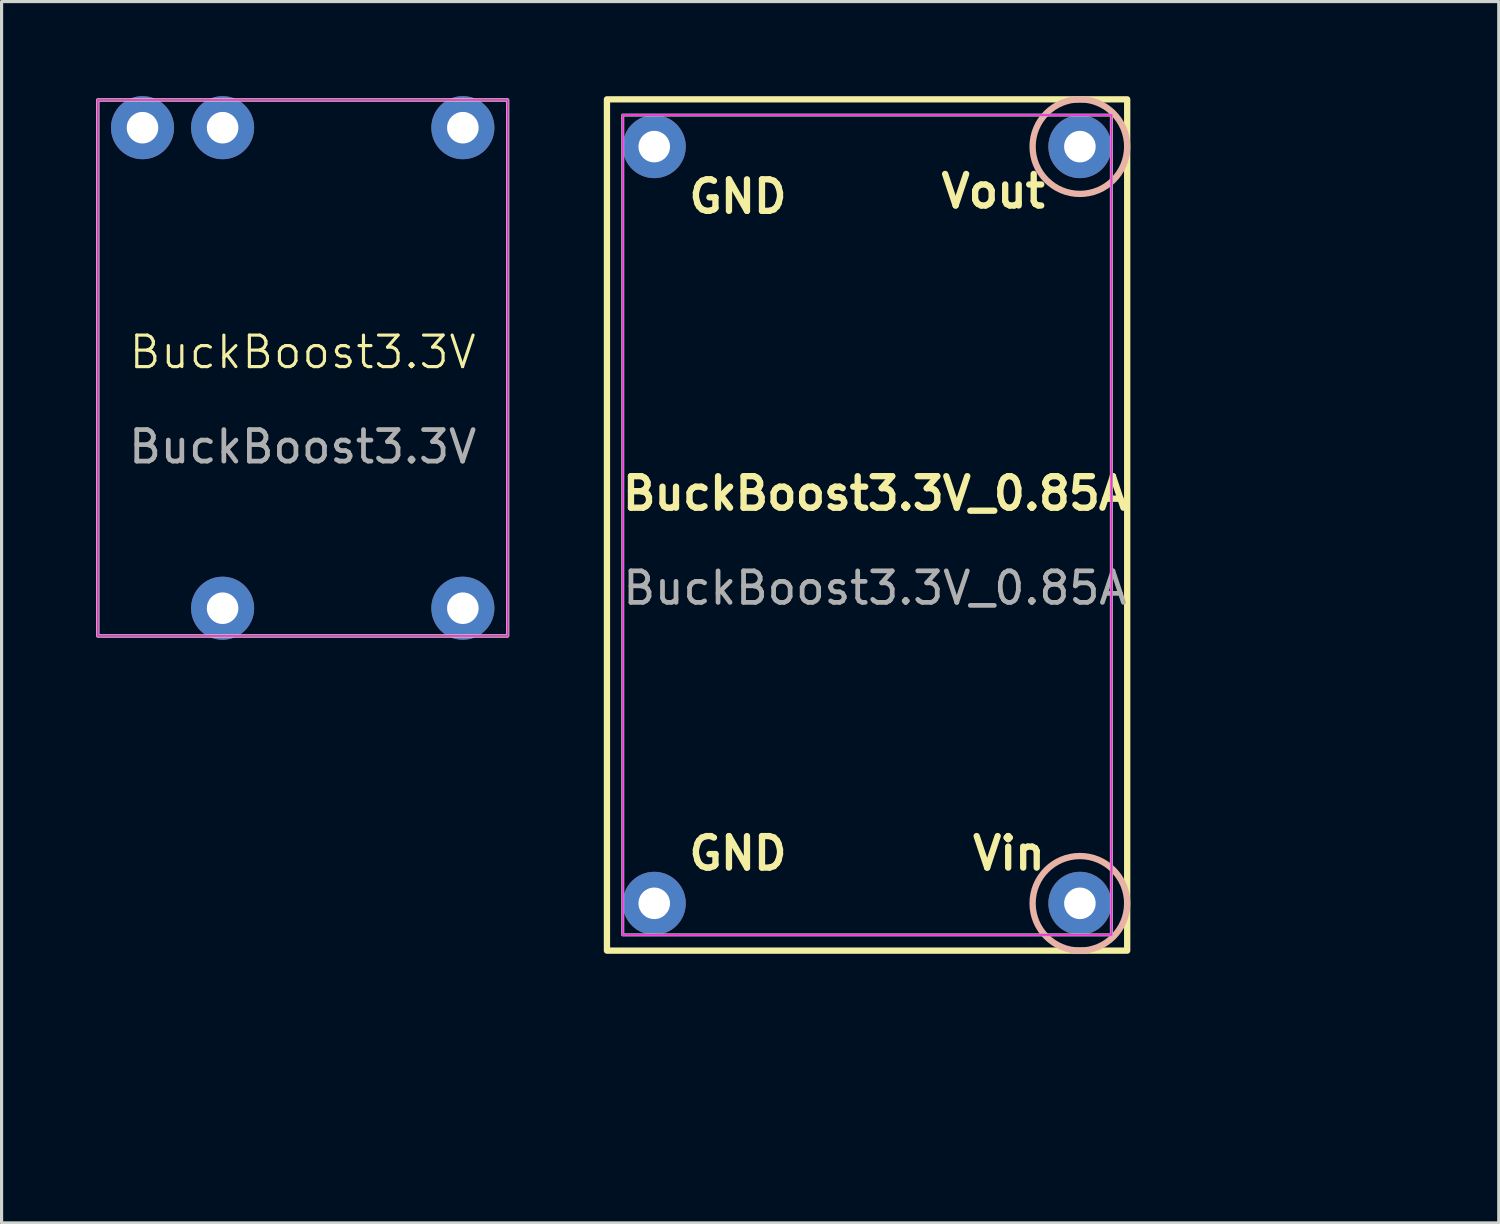
<source format=kicad_pcb>
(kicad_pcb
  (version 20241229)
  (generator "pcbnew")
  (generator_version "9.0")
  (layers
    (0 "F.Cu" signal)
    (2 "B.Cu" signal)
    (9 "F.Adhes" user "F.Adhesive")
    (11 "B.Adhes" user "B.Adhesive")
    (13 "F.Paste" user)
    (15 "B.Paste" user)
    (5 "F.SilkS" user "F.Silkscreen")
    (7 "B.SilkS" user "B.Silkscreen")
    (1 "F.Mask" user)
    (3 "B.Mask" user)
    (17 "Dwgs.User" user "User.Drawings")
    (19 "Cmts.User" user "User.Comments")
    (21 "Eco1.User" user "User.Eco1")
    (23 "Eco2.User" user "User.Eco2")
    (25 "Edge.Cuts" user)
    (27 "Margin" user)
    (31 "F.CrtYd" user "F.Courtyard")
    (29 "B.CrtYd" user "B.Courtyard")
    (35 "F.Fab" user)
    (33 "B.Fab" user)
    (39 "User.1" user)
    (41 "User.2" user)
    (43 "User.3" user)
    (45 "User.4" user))
  (footprint "BuckBoost3.3V_0.85A"
    (layer "F.Cu")
    (at 24.7 13.1)
    (property "Reference" "BuckBoost3.3V_0.85A" (at 0 -0.5 0) (unlocked yes) (layer "F.SilkS") (effects (font (size 1 1) (thickness 0.2) (bold yes))))
    (attr smd)
    (fp_rect (start -8.5 -13) (end 8 14) (stroke (width 0.2) (type default)) (fill no) (layer "F.SilkS"))
    (fp_circle (center 6.5 -11.5) (end 8 -11.5) (stroke (width 0.2) (type default)) (fill no) (layer "B.SilkS"))
    (fp_circle (center 6.5 12.5) (end 8 12.5) (stroke (width 0.2) (type default)) (fill no) (layer "B.SilkS"))
    (fp_rect (start -8 -12.5) (end 7.5 13.5) (stroke (width 0.05) (type default)) (fill no) (layer "F.CrtYd"))
    (fp_rect (start -8 -12.5) (end 7.5 13.5) (stroke (width 0.1) (type default)) (fill no) (layer "F.Fab"))
    (fp_text user "GND" (at -6 -10.5 0) (unlocked yes) (layer "F.SilkS") (effects (font (size 1 1) (thickness 0.2) (bold yes)) (justify left top)))
    (fp_text user "GND" (at -6 11.5 0) (unlocked yes) (layer "F.SilkS") (effects (font (size 1 1) (thickness 0.2) (bold yes)) (justify left bottom)))
    (fp_text user "Vin" (at 5.5 11.5 0) (unlocked yes) (layer "F.SilkS") (effects (font (size 1 1) (thickness 0.2) (bold yes)) (justify right bottom)))
    (fp_text user "Vout" (at 5.5 -9.5 0) (unlocked yes) (layer "F.SilkS") (effects (font (size 1 1) (thickness 0.2) (bold yes)) (justify right bottom)))
    (fp_text user "${REFERENCE}" (at 0 2.5 0) (unlocked yes) (layer "F.Fab") (effects (font (size 1 1) (thickness 0.15))))
    (dimension (type aligned) (layer "User.1") (pts (xy 16.7 26.6) (xy 32.2 26.6)) (height 5.5) (format (prefix "") (suffix "") (units 3) (units_format 1) (precision 4)) (style (thickness 0.1) (arrow_length 1.27) (text_position_mode 0) (arrow_direction outward) (extension_height 0.586) (extension_offset 0.5) (keep_text_aligned yes)) (gr_text "15.5000 mm" (at 24.45 30.95 0) (layer "User.1") (effects (font (size 1 1) (thickness 0.15)))))
    (dimension (type orthogonal) (layer "User.1") (pts (xy 31.2 25.6) (xy 17.7 25.6)) (height 4) (orientation 0) (format (prefix "") (suffix "") (units 3) (units_format 1) (precision 4)) (style (thickness 0.1) (arrow_length 1.27) (text_position_mode 0) (arrow_direction outward) (extension_height 0.586) (extension_offset 0.5) (keep_text_aligned yes)) (gr_text "13.5000 mm" (at 24.45 28.45 0) (layer "User.1") (effects (font (size 1 1) (thickness 0.15)))))
    (dimension (type orthogonal) (layer "User.1") (pts (xy 31.2 25.6) (xy 31.2 1.6)) (height 4) (orientation 1) (format (prefix "") (suffix "") (units 3) (units_format 1) (precision 4)) (style (thickness 0.1) (arrow_length 1.27) (text_position_mode 0) (arrow_direction outward) (extension_height 0.586) (extension_offset 0.5) (keep_text_aligned yes)) (gr_text "24.0000 mm" (at 34.05 13.6 90) (layer "User.1") (effects (font (size 1 1) (thickness 0.15)))))
    (dimension (type orthogonal) (layer "User.1") (pts (xy 32.2 26.6) (xy 32.2 0.6)) (height 5.5) (orientation 1) (format (prefix "") (suffix "") (units 3) (units_format 1) (precision 4)) (style (thickness 0.1) (arrow_length 1.27) (text_position_mode 0) (arrow_direction outward) (extension_height 0.586) (extension_offset 0.5) (keep_text_aligned yes)) (gr_text "26.0000 mm" (at 36.55 13.6 90) (layer "User.1") (effects (font (size 1 1) (thickness 0.15)))))
    (pad "0" thru_hole circle (at 6.5 12.5) (size 2 2) (drill 1) (layers "*.Cu" "*.Mask"))
    (pad "1" thru_hole circle (at -7 -11.5) (size 2 2) (drill 1) (layers "*.Cu" "*.Mask"))
    (pad "1" thru_hole circle (at -7 12.5) (size 2 2) (drill 1) (layers "*.Cu" "*.Mask"))
    (pad "2" thru_hole circle (at 6.5 -11.5) (size 2 2) (drill 1) (layers "*.Cu" "*.Mask")))
  (footprint "BuckBoost3.3V"
    (layer "F.Cu")
    (at 6.55 8.62)
    (property "Reference" "BuckBoost3.3V" (at 0 -0.5 0) (unlocked yes) (layer "F.SilkS") (effects (font (size 1 1) (thickness 0.1))))
    (attr smd)
    (fp_rect (start -6.5 -8.5) (end 6.5 8.5) (stroke (width 0.1) (type default)) (fill no) (layer "F.SilkS"))
    (fp_rect (start -6.5 -8.5) (end 6.5 8.5) (stroke (width 0.05) (type default)) (fill no) (layer "F.CrtYd"))
    (fp_rect (start -6.5 -8.5) (end 6.5 8.5) (stroke (width 0.1) (type default)) (fill no) (layer "F.Fab"))
    (fp_text user "${REFERENCE}" (at 0 2.5 0) (unlocked yes) (layer "F.Fab") (effects (font (size 1 1) (thickness 0.15))))
    (pad "1" thru_hole circle (at -2.54 7.62) (size 2 2) (drill 1) (layers "*.Cu" "*.Mask"))
    (pad "1" thru_hole circle (at 5.08 -7.62) (size 2 2) (drill 1) (layers "*.Cu" "*.Mask"))
    (pad "2" thru_hole circle (at -2.54 -7.62) (size 2 2) (drill 1) (layers "*.Cu" "*.Mask"))
    (pad "3" thru_hole circle (at -5.08 -7.62) (size 2 2) (drill 1) (layers "*.Cu" "*.Mask"))
    (pad "4" thru_hole circle (at 5.08 7.62) (size 2 2) (drill 1) (layers "*.Cu" "*.Mask")))
  (gr_rect
    (start -3 -3)
    (end 44.485 35.736)
    (stroke (width 0.1) (type default))
    (fill no)
    (layer "Edge.Cuts")))
</source>
